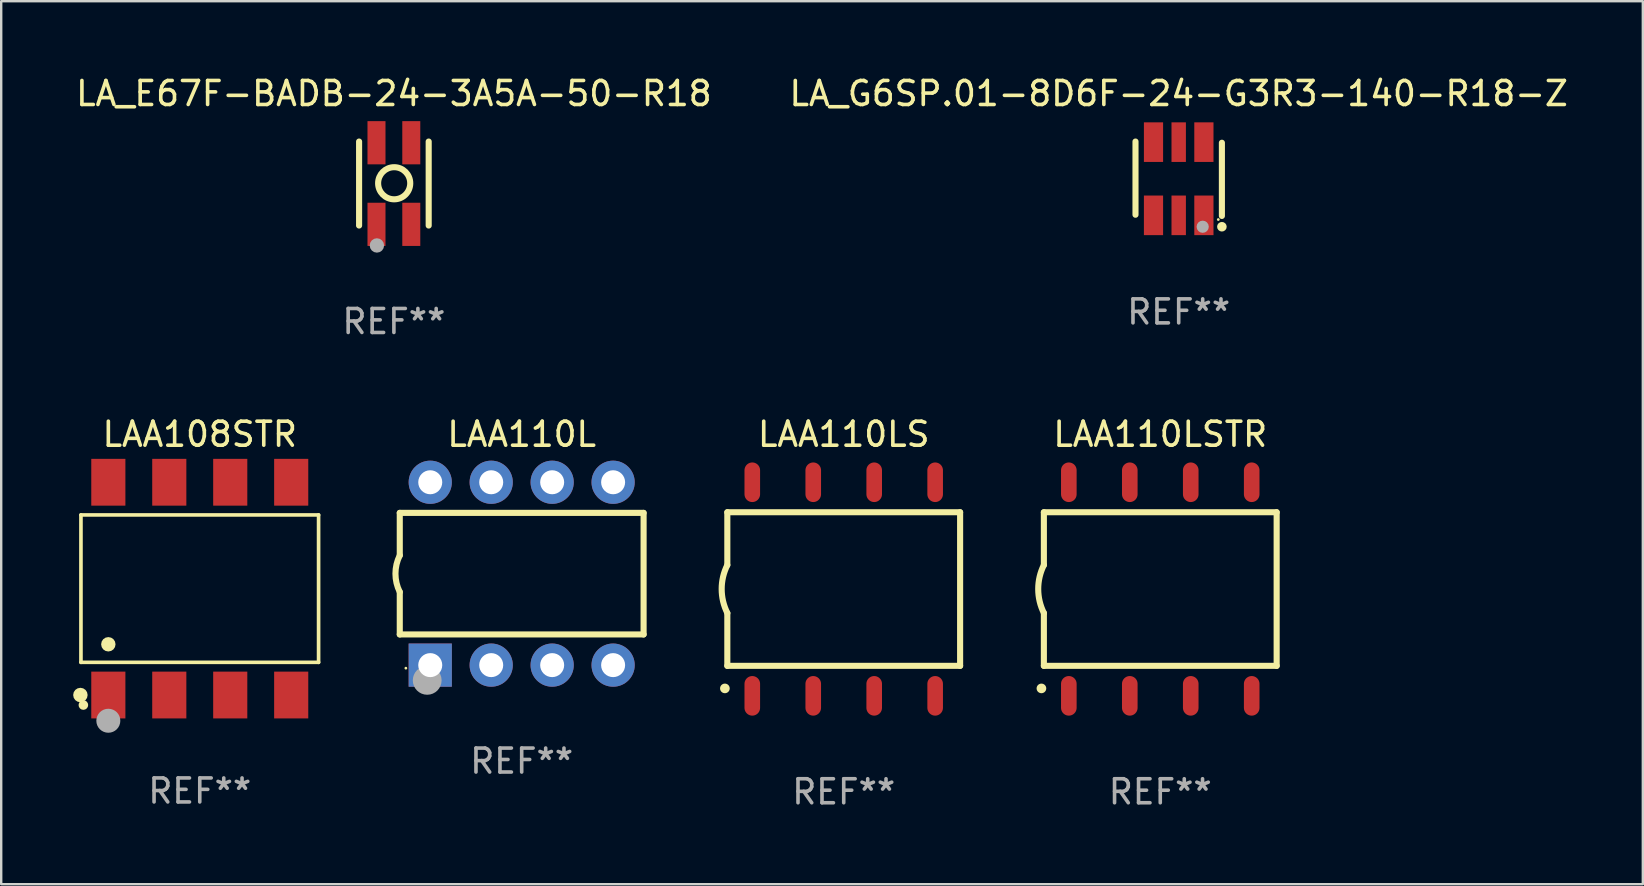
<source format=kicad_pcb>
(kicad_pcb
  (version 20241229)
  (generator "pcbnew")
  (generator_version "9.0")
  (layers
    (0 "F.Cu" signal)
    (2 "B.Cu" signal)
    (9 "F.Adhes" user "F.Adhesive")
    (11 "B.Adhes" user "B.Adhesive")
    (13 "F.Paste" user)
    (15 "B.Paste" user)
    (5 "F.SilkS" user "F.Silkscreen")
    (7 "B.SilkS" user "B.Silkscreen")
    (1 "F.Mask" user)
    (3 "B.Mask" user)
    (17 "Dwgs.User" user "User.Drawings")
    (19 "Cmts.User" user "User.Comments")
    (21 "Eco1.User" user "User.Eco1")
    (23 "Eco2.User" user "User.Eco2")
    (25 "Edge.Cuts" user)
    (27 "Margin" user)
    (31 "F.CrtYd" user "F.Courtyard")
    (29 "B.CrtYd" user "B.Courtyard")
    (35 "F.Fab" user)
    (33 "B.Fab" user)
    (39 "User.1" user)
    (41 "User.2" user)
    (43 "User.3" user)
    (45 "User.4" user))
  (footprint "LAA110LSTR"
    (layer "F.Cu")
    (at 45.297 21.495)
    (property "Reference" "LAA110LSTR" (at 0 -6.45 0) (layer "F.SilkS") (effects (font (size 1 1) (thickness 0.15))))
    (attr through_hole)
    (fp_line (start -4.85 -3.2) (end -4.85 -1) (stroke (width 0.254) (type solid)) (layer "F.SilkS"))
    (fp_line (start -4.85 -3.2) (end 4.85 -3.2) (stroke (width 0.254) (type solid)) (layer "F.SilkS"))
    (fp_line (start -4.85 3.2) (end -4.85 1) (stroke (width 0.254) (type solid)) (layer "F.SilkS"))
    (fp_line (start 4.85 -3.2) (end 4.85 3.2) (stroke (width 0.254) (type solid)) (layer "F.SilkS"))
    (fp_line (start 4.85 3.2) (end -4.85 3.2) (stroke (width 0.254) (type solid)) (layer "F.SilkS"))
    (fp_arc (start -4.95301 4.140208) (mid -4.95174 4.140204) (end -4.95047 4.140208) (stroke (width 0.4) (type solid)) (layer "F.SilkS"))
    (fp_arc (start -4.84887 1.000762) (mid -5.085418 0.000516) (end -4.850013 -1) (stroke (width 0.254001) (type solid)) (layer "F.SilkS"))
    (fp_text user "REF**" (at 0 8.45 0) (layer "F.Fab") (effects (font (size 1 1) (thickness 0.15))))
    (pad "1" smd oval (at -3.81 4.45) (size 0.65 1.65) (layers "F.Cu" "F.Mask" "F.Paste"))
    (pad "2" smd oval (at -1.27 4.45) (size 0.65 1.65) (layers "F.Cu" "F.Mask" "F.Paste"))
    (pad "3" smd oval (at 1.27 4.45) (size 0.65 1.65) (layers "F.Cu" "F.Mask" "F.Paste"))
    (pad "4" smd oval (at 3.81 4.45) (size 0.65 1.65) (layers "F.Cu" "F.Mask" "F.Paste"))
    (pad "5" smd oval (at 3.81 -4.45 180) (size 0.65 1.65) (layers "F.Cu" "F.Mask" "F.Paste"))
    (pad "6" smd oval (at 1.27 -4.45 180) (size 0.65 1.65) (layers "F.Cu" "F.Mask" "F.Paste"))
    (pad "7" smd oval (at -1.27 -4.45 180) (size 0.65 1.65) (layers "F.Cu" "F.Mask" "F.Paste"))
    (pad "8" smd oval (at -3.81 -4.45 180) (size 0.65 1.65) (layers "F.Cu" "F.Mask" "F.Paste")))
  (footprint "LA_G6SP.01-8D6F-24-G3R3-140-R18-Z"
    (layer "F.Cu")
    (at 46.065 4.398)
    (property "Reference" "LA_G6SP.01-8D6F-24-G3R3-140-R18-Z" (at 0 -3.55 0) (layer "F.SilkS") (effects (font (size 1 1) (thickness 0.15))))
    (attr through_hole)
    (fp_line (start -1.8 1.5) (end -1.8 -1.55) (stroke (width 0.254) (type solid)) (layer "F.SilkS"))
    (fp_line (start 1.8 -1.5) (end 1.8 1.55) (stroke (width 0.254) (type solid)) (layer "F.SilkS"))
    (fp_circle (center 1.65 1.7) (end 1.68 1.7) (stroke (width 0.06) (type solid)) (fill no) (layer "F.SilkS"))
    (fp_circle (center 1.8 2) (end 1.9 2) (stroke (width 0.2) (type solid)) (fill no) (layer "F.SilkS"))
    (fp_circle (center 1 2) (end 1.127 2) (stroke (width 0.254) (type solid)) (fill no) (layer "F.Fab"))
    (fp_text user "REF**" (at 0 5.55 0) (layer "F.Fab") (effects (font (size 1 1) (thickness 0.15))))
    (pad "1" smd rect (at 1.05 1.525) (size 0.8 1.65) (layers "F.Cu" "F.Mask" "F.Paste"))
    (pad "2" smd rect (at 0 1.525) (size 0.6 1.65) (layers "F.Cu" "F.Mask" "F.Paste"))
    (pad "3" smd rect (at -1.05 1.525) (size 0.8 1.65) (layers "F.Cu" "F.Mask" "F.Paste"))
    (pad "4" smd rect (at -1.05 -1.525) (size 0.8 1.65) (layers "F.Cu" "F.Mask" "F.Paste"))
    (pad "5" smd rect (at 0 -1.525) (size 0.6 1.65) (layers "F.Cu" "F.Mask" "F.Paste"))
    (pad "6" smd rect (at 1.05 -1.525) (size 0.8 1.65) (layers "F.Cu" "F.Mask" "F.Paste")))
  (footprint "LAA110LS"
    (layer "F.Cu")
    (at 32.107 21.495)
    (property "Reference" "LAA110LS" (at 0 -6.45 0) (layer "F.SilkS") (effects (font (size 1 1) (thickness 0.15))))
    (attr through_hole)
    (fp_line (start -4.85 -3.2) (end -4.85 -1) (stroke (width 0.254) (type solid)) (layer "F.SilkS"))
    (fp_line (start -4.85 -3.2) (end 4.85 -3.2) (stroke (width 0.254) (type solid)) (layer "F.SilkS"))
    (fp_line (start -4.85 3.2) (end -4.85 1) (stroke (width 0.254) (type solid)) (layer "F.SilkS"))
    (fp_line (start 4.85 -3.2) (end 4.85 3.2) (stroke (width 0.254) (type solid)) (layer "F.SilkS"))
    (fp_line (start 4.85 3.2) (end -4.85 3.2) (stroke (width 0.254) (type solid)) (layer "F.SilkS"))
    (fp_arc (start -4.95301 4.140208) (mid -4.95174 4.140204) (end -4.95047 4.140208) (stroke (width 0.4) (type solid)) (layer "F.SilkS"))
    (fp_arc (start -4.84887 1.000762) (mid -5.085418 0.000516) (end -4.850013 -1) (stroke (width 0.254001) (type solid)) (layer "F.SilkS"))
    (fp_text user "REF**" (at 0 8.45 0) (layer "F.Fab") (effects (font (size 1 1) (thickness 0.15))))
    (pad "1" smd oval (at -3.81 4.45) (size 0.65 1.65) (layers "F.Cu" "F.Mask" "F.Paste"))
    (pad "2" smd oval (at -1.27 4.45) (size 0.65 1.65) (layers "F.Cu" "F.Mask" "F.Paste"))
    (pad "3" smd oval (at 1.27 4.45) (size 0.65 1.65) (layers "F.Cu" "F.Mask" "F.Paste"))
    (pad "4" smd oval (at 3.81 4.45) (size 0.65 1.65) (layers "F.Cu" "F.Mask" "F.Paste"))
    (pad "5" smd oval (at 3.81 -4.45 180) (size 0.65 1.65) (layers "F.Cu" "F.Mask" "F.Paste"))
    (pad "6" smd oval (at 1.27 -4.45 180) (size 0.65 1.65) (layers "F.Cu" "F.Mask" "F.Paste"))
    (pad "7" smd oval (at -1.27 -4.45 180) (size 0.65 1.65) (layers "F.Cu" "F.Mask" "F.Paste"))
    (pad "8" smd oval (at -3.81 -4.45 180) (size 0.65 1.65) (layers "F.Cu" "F.Mask" "F.Paste")))
  (footprint "LAA108STR"
    (layer "F.Cu")
    (at 5.274 21.478)
    (property "Reference" "LAA108STR" (at 0 -6.433 0) (layer "F.SilkS") (effects (font (size 1 1) (thickness 0.15))))
    (attr through_hole)
    (fp_line (start -4.951 -3.071) (end 4.951 -3.071) (stroke (width 0.152) (type solid)) (layer "F.SilkS"))
    (fp_line (start -4.951 3.071) (end -4.951 -3.071) (stroke (width 0.152) (type solid)) (layer "F.SilkS"))
    (fp_line (start 4.951 -3.071) (end 4.951 3.071) (stroke (width 0.152) (type solid)) (layer "F.SilkS"))
    (fp_line (start 4.951 3.071) (end -4.951 3.071) (stroke (width 0.152) (type solid)) (layer "F.SilkS"))
    (fp_circle (center -4.974 4.433) (end -4.823 4.433) (stroke (width 0.3) (type solid)) (fill no) (layer "F.SilkS"))
    (fp_circle (center -4.85 4.85) (end -4.75 4.85) (stroke (width 0.2) (type solid)) (fill no) (layer "F.SilkS"))
    (fp_circle (center -3.81 2.319) (end -3.66 2.319) (stroke (width 0.3) (type solid)) (fill no) (layer "F.SilkS"))
    (fp_circle (center -3.81 5.505) (end -3.56 5.505) (stroke (width 0.5) (type solid)) (fill no) (layer "F.Fab"))
    (fp_text user "REF**" (at 0 8.433 0) (layer "F.Fab") (effects (font (size 1 1) (thickness 0.15))))
    (pad "1" smd rect (at -3.81 4.433) (size 1.422 1.95) (layers "F.Cu" "F.Mask" "F.Paste"))
    (pad "2" smd rect (at -1.27 4.433) (size 1.422 1.95) (layers "F.Cu" "F.Mask" "F.Paste"))
    (pad "3" smd rect (at 1.27 4.433) (size 1.422 1.95) (layers "F.Cu" "F.Mask" "F.Paste"))
    (pad "4" smd rect (at 3.81 4.433) (size 1.422 1.95) (layers "F.Cu" "F.Mask" "F.Paste"))
    (pad "5" smd rect (at 3.81 -4.433) (size 1.422 1.95) (layers "F.Cu" "F.Mask" "F.Paste"))
    (pad "6" smd rect (at 1.27 -4.433) (size 1.422 1.95) (layers "F.Cu" "F.Mask" "F.Paste"))
    (pad "7" smd rect (at -1.27 -4.433) (size 1.422 1.95) (layers "F.Cu" "F.Mask" "F.Paste"))
    (pad "8" smd rect (at -3.81 -4.433) (size 1.422 1.95) (layers "F.Cu" "F.Mask" "F.Paste")))
  (footprint "LAA110L"
    (layer "F.Cu")
    (at 18.688 20.855)
    (property "Reference" "LAA110L" (at 0 -5.81 0) (layer "F.SilkS") (effects (font (size 1 1) (thickness 0.15))))
    (attr through_hole)
    (fp_line (start -5.08 -2.534) (end 5.08 -2.534) (stroke (width 0.254) (type solid)) (layer "F.SilkS"))
    (fp_line (start -5.08 -0.762) (end -5.08 -2.534) (stroke (width 0.254) (type solid)) (layer "F.SilkS"))
    (fp_line (start -5.08 2.531) (end -5.08 0.762) (stroke (width 0.254) (type solid)) (layer "F.SilkS"))
    (fp_line (start -5.08 2.531) (end 5.08 2.531) (stroke (width 0.254) (type solid)) (layer "F.SilkS"))
    (fp_line (start 5.08 2.531) (end 5.08 -2.534) (stroke (width 0.254) (type solid)) (layer "F.SilkS"))
    (fp_arc (start -5.08001 0.762001) (mid -5.259894 0) (end -5.08001 -0.762002) (stroke (width 0.254001) (type solid)) (layer "F.SilkS"))
    (fp_circle (center -4.826 3.937) (end -4.796 3.937) (stroke (width 0.06) (type solid)) (fill no) (layer "F.SilkS"))
    (fp_circle (center -3.937 4.445) (end -3.637 4.445) (stroke (width 0.6) (type solid)) (fill no) (layer "F.Fab"))
    (fp_text user "REF**" (at 0 7.81 0) (layer "F.Fab") (effects (font (size 1 1) (thickness 0.15))))
    (pad "1" thru_hole rect (at -3.81 3.81) (size 1.8 1.8) (drill 1) (layers "*.Cu" "*.Mask"))
    (pad "2" thru_hole circle (at -1.27 3.81) (size 1.8 1.8) (drill 1) (layers "*.Cu" "*.Mask"))
    (pad "3" thru_hole circle (at 1.27 3.81) (size 1.8 1.8) (drill 1) (layers "*.Cu" "*.Mask"))
    (pad "4" thru_hole circle (at 3.81 3.81) (size 1.8 1.8) (drill 1) (layers "*.Cu" "*.Mask"))
    (pad "5" thru_hole circle (at 3.81 -3.81) (size 1.8 1.8) (drill 1) (layers "*.Cu" "*.Mask"))
    (pad "6" thru_hole circle (at 1.27 -3.81) (size 1.8 1.8) (drill 1) (layers "*.Cu" "*.Mask"))
    (pad "7" thru_hole circle (at -1.27 -3.81) (size 1.8 1.8) (drill 1) (layers "*.Cu" "*.Mask"))
    (pad "8" thru_hole circle (at -3.81 -3.81) (size 1.8 1.8) (drill 1) (layers "*.Cu" "*.Mask")))
  (footprint "LA_E67F-BADB-24-3A5A-50-R18"
    (layer "F.Cu")
    (at 13.363 4.598)
    (property "Reference" "LA_E67F-BADB-24-3A5A-50-R18" (at 0 -3.75 0) (layer "F.SilkS") (effects (font (size 1 1) (thickness 0.15))))
    (attr through_hole)
    (fp_line (start -1.45 1.75) (end -1.45 -1.75) (stroke (width 0.254) (type solid)) (layer "F.SilkS"))
    (fp_line (start 1.45 -1.75) (end 1.45 1.75) (stroke (width 0.254) (type solid)) (layer "F.SilkS"))
    (fp_circle (center -1.5 1.75) (end -1.47 1.75) (stroke (width 0.06) (type solid)) (fill no) (layer "F.SilkS"))
    (fp_circle (center 0.012 -0.012) (end 0.681 -0.012) (stroke (width 0.254) (type solid)) (fill no) (layer "F.SilkS"))
    (fp_circle (center -0.708 2.58) (end -0.558 2.58) (stroke (width 0.3) (type solid)) (fill no) (layer "F.Fab"))
    (fp_text user "REF**" (at 0 5.75 0) (layer "F.Fab") (effects (font (size 1 1) (thickness 0.15))))
    (pad "1" smd rect (at -0.725 1.7) (size 0.75 1.8) (layers "F.Cu" "F.Mask" "F.Paste"))
    (pad "2" smd rect (at 0.725 1.7) (size 0.75 1.8) (layers "F.Cu" "F.Mask" "F.Paste"))
    (pad "3" smd rect (at 0.725 -1.7) (size 0.75 1.8) (layers "F.Cu" "F.Mask" "F.Paste"))
    (pad "4" smd rect (at -0.725 -1.7) (size 0.75 1.8) (layers "F.Cu" "F.Mask" "F.Paste")))
  (gr_rect
    (start -3 -3)
    (end 65.405 33.793)
    (stroke (width 0.1) (type default))
    (fill no)
    (layer "Edge.Cuts")))
</source>
